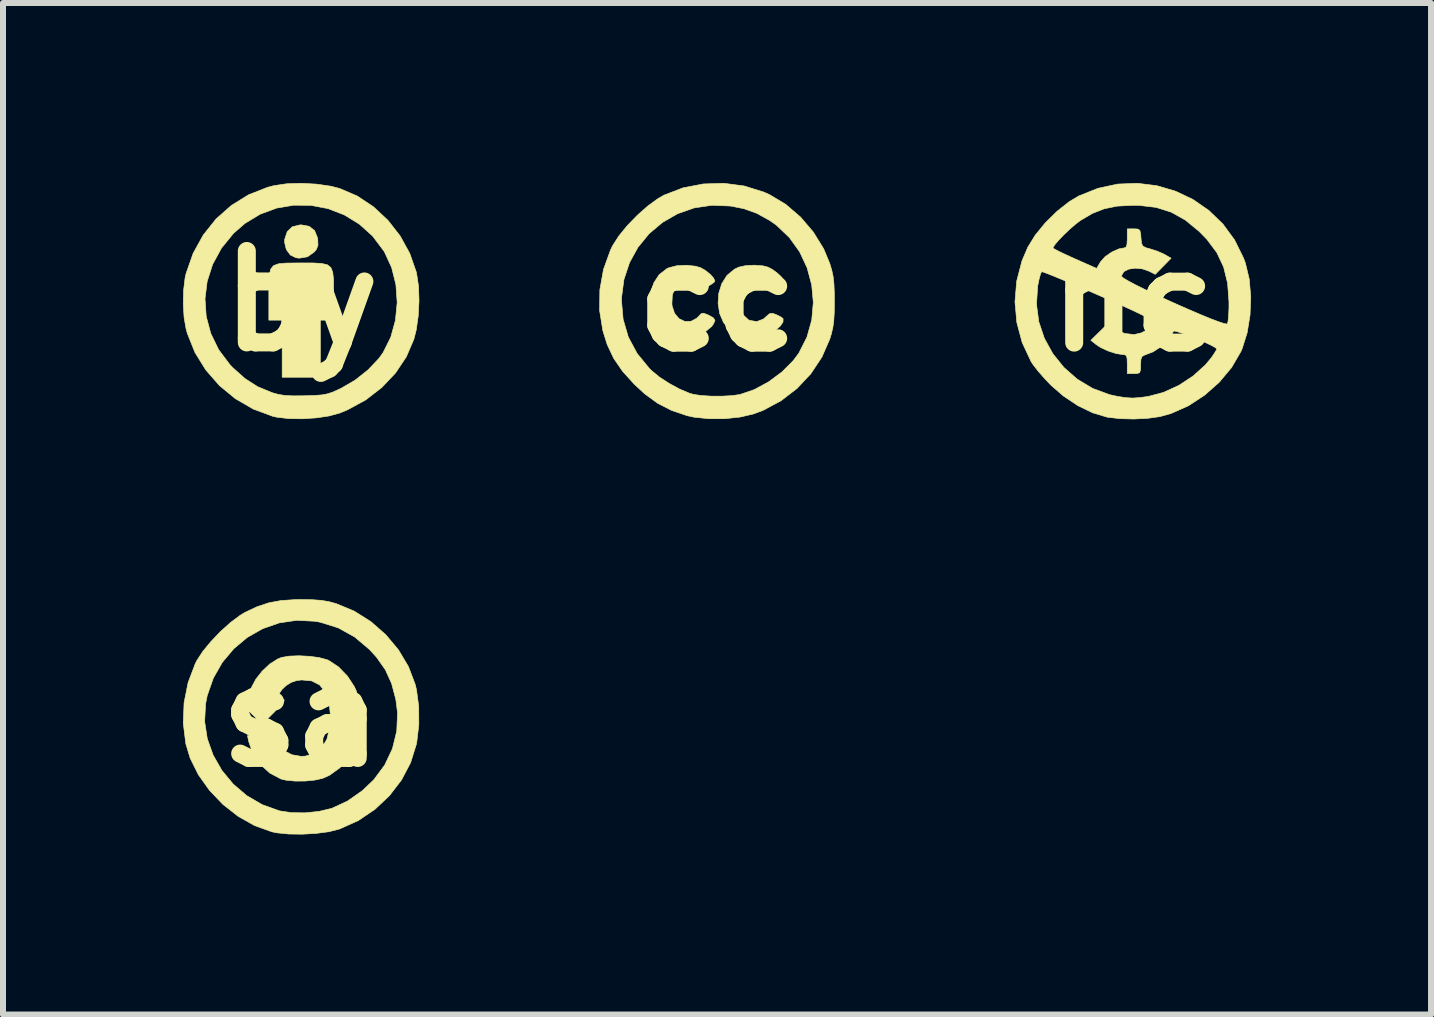
<source format=kicad_pcb>
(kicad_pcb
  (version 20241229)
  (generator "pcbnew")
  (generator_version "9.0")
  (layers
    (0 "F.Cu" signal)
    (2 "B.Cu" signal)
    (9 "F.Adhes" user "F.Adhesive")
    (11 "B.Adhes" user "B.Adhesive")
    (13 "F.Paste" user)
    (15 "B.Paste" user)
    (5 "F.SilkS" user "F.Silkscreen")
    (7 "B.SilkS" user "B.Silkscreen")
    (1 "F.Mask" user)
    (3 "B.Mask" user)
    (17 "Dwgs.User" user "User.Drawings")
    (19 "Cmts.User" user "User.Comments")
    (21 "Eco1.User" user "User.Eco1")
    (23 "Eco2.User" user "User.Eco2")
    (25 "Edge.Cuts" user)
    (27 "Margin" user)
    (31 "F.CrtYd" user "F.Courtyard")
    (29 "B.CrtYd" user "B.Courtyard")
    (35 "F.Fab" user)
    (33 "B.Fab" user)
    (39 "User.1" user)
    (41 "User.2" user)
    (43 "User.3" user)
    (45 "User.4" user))
  (footprint "by"
    (layer "F.Cu")
    (at 1.971 1.968)
    (property "Reference" "by" (at 0 0 0) (layer "F.SilkS") (effects (font (size 1.524 1.524) (thickness 0.3))))
    (attr through_hole)
    (fp_poly (pts (xy 0.132 -1.246) (xy 0.223 -1.174) (xy 0.271 -1.054) (xy 0.275 -1.029) (xy 0.279 -0.932) (xy 0.253 -0.862) (xy 0.218 -0.819) (xy 0.104 -0.738) (xy -0.033 -0.715) (xy -0.087 -0.722) (xy -0.182 -0.768) (xy -0.249 -0.859) (xy -0.277 -0.976) (xy -0.275 -1.032) (xy -0.233 -1.158) (xy -0.149 -1.238) (xy -0.023 -1.269) (xy 0 -1.27) (xy 0.132 -1.246)) (stroke (width 0.01) (type solid)) (fill yes) (layer "F.SilkS"))
    (fp_poly (pts (xy 0 -0.635) (xy 0.197 -0.635) (xy 0.338 -0.627) (xy 0.435 -0.605) (xy 0.494 -0.558) (xy 0.525 -0.479) (xy 0.538 -0.359) (xy 0.54 -0.188) (xy 0.54 -0.109) (xy 0.54 0.318) (xy 0.318 0.318) (xy 0.318 1.27) (xy -0.318 1.27) (xy -0.318 0.318) (xy -0.54 0.318) (xy -0.54 -0.109) (xy -0.539 -0.301) (xy -0.532 -0.439) (xy -0.509 -0.533) (xy -0.461 -0.591) (xy -0.38 -0.621) (xy -0.256 -0.633) (xy -0.081 -0.635) (xy 0 -0.635)) (stroke (width 0.01) (type solid)) (fill yes) (layer "F.SilkS"))
    (fp_poly (pts (xy 0.257 -1.949) (xy 0.496 -1.914) (xy 0.642 -1.876) (xy 0.933 -1.751) (xy 1.203 -1.572) (xy 1.444 -1.347) (xy 1.648 -1.086) (xy 1.808 -0.796) (xy 1.917 -0.485) (xy 1.923 -0.457) (xy 1.955 -0.248) (xy 1.963 -0.005) (xy 1.95 0.248) (xy 1.916 0.484) (xy 1.877 0.637) (xy 1.752 0.928) (xy 1.572 1.198) (xy 1.343 1.44) (xy 1.074 1.648) (xy 0.771 1.813) (xy 0.643 1.866) (xy 0.465 1.915) (xy 0.25 1.947) (xy 0.018 1.962) (xy -0.207 1.959) (xy -0.405 1.936) (xy -0.476 1.92) (xy -0.8 1.8) (xy -1.098 1.627) (xy -1.364 1.408) (xy -1.59 1.149) (xy -1.771 0.858) (xy -1.898 0.541) (xy -1.92 0.462) (xy -1.953 0.271) (xy -1.966 0.048) (xy -1.964 -0.037) (xy -1.604 -0.037) (xy -1.584 0.255) (xy -1.508 0.54) (xy -1.377 0.81) (xy -1.19 1.059) (xy -1.146 1.106) (xy -0.939 1.291) (xy -0.727 1.427) (xy -0.488 1.526) (xy -0.483 1.528) (xy -0.381 1.556) (xy -0.274 1.573) (xy -0.142 1.58) (xy 0.032 1.579) (xy 0.064 1.578) (xy 0.226 1.573) (xy 0.343 1.564) (xy 0.435 1.547) (xy 0.519 1.52) (xy 0.616 1.477) (xy 0.667 1.453) (xy 0.901 1.316) (xy 1.115 1.146) (xy 1.294 0.957) (xy 1.365 0.858) (xy 1.492 0.603) (xy 1.57 0.321) (xy 1.599 0.025) (xy 1.578 -0.273) (xy 1.507 -0.558) (xy 1.387 -0.819) (xy 1.376 -0.836) (xy 1.189 -1.084) (xy 0.966 -1.284) (xy 0.716 -1.437) (xy 0.446 -1.541) (xy 0.163 -1.595) (xy -0.124 -1.598) (xy -0.409 -1.55) (xy -0.683 -1.449) (xy -0.938 -1.295) (xy -1.128 -1.13) (xy -1.33 -0.882) (xy -1.477 -0.612) (xy -1.568 -0.328) (xy -1.604 -0.037) (xy -1.964 -0.037) (xy -1.961 -0.18) (xy -1.936 -0.386) (xy -1.919 -0.461) (xy -1.801 -0.797) (xy -1.633 -1.101) (xy -1.42 -1.368) (xy -1.166 -1.593) (xy -0.879 -1.771) (xy -0.561 -1.896) (xy -0.458 -1.923) (xy -0.245 -1.955) (xy 0.001 -1.963) (xy 0.257 -1.949)) (stroke (width 0.01) (type solid)) (fill yes) (layer "F.SilkS")))
  (footprint "cc"
    (layer "F.Cu")
    (at 8.904 1.972)
    (property "Reference" "cc" (at 0 0 0) (layer "F.SilkS") (effects (font (size 1.524 1.524) (thickness 0.3))))
    (attr through_hole)
    (fp_poly (pts (xy -0.361 -0.585) (xy -0.277 -0.56) (xy -0.195 -0.513) (xy -0.118 -0.451) (xy -0.061 -0.388) (xy -0.039 -0.339) (xy -0.042 -0.328) (xy -0.078 -0.297) (xy -0.148 -0.254) (xy -0.168 -0.243) (xy -0.277 -0.185) (xy -0.359 -0.267) (xy -0.457 -0.333) (xy -0.553 -0.342) (xy -0.639 -0.302) (xy -0.706 -0.221) (xy -0.748 -0.104) (xy -0.755 0.041) (xy -0.752 0.075) (xy -0.711 0.2) (xy -0.637 0.289) (xy -0.541 0.335) (xy -0.437 0.334) (xy -0.339 0.281) (xy -0.308 0.249) (xy -0.267 0.206) (xy -0.228 0.198) (xy -0.165 0.221) (xy -0.141 0.232) (xy -0.062 0.277) (xy -0.037 0.32) (xy -0.064 0.38) (xy -0.094 0.42) (xy -0.204 0.513) (xy -0.352 0.575) (xy -0.52 0.603) (xy -0.689 0.595) (xy -0.811 0.559) (xy -0.944 0.469) (xy -1.04 0.341) (xy -1.099 0.186) (xy -1.121 0.018) (xy -1.107 -0.152) (xy -1.055 -0.31) (xy -0.967 -0.444) (xy -0.842 -0.542) (xy -0.806 -0.559) (xy -0.673 -0.593) (xy -0.514 -0.601) (xy -0.361 -0.585)) (stroke (width 0.01) (type solid)) (fill yes) (layer "F.SilkS"))
    (fp_poly (pts (xy 0.762 -0.591) (xy 0.847 -0.569) (xy 0.921 -0.53) (xy 1.001 -0.471) (xy 1.069 -0.408) (xy 1.108 -0.356) (xy 1.111 -0.344) (xy 1.086 -0.316) (xy 1.021 -0.274) (xy 0.986 -0.255) (xy 0.86 -0.191) (xy 0.777 -0.273) (xy 0.706 -0.33) (xy 0.636 -0.342) (xy 0.594 -0.336) (xy 0.493 -0.302) (xy 0.431 -0.239) (xy 0.397 -0.134) (xy 0.388 -0.066) (xy 0.391 0.103) (xy 0.436 0.229) (xy 0.52 0.308) (xy 0.54 0.318) (xy 0.66 0.338) (xy 0.77 0.296) (xy 0.825 0.247) (xy 0.875 0.205) (xy 0.926 0.201) (xy 0.983 0.222) (xy 1.055 0.257) (xy 1.097 0.288) (xy 1.098 0.289) (xy 1.097 0.345) (xy 1.048 0.416) (xy 0.959 0.491) (xy 0.909 0.523) (xy 0.761 0.58) (xy 0.59 0.603) (xy 0.423 0.589) (xy 0.349 0.568) (xy 0.208 0.48) (xy 0.106 0.355) (xy 0.041 0.203) (xy 0.015 0.036) (xy 0.026 -0.133) (xy 0.076 -0.293) (xy 0.163 -0.431) (xy 0.288 -0.535) (xy 0.359 -0.569) (xy 0.476 -0.595) (xy 0.621 -0.602) (xy 0.762 -0.591)) (stroke (width 0.01) (type solid)) (fill yes) (layer "F.SilkS"))
    (fp_poly (pts (xy 0.451 -1.922) (xy 0.775 -1.821) (xy 0.87 -1.779) (xy 1.141 -1.617) (xy 1.389 -1.404) (xy 1.603 -1.153) (xy 1.774 -0.876) (xy 1.875 -0.633) (xy 1.91 -0.517) (xy 1.933 -0.409) (xy 1.946 -0.289) (xy 1.952 -0.139) (xy 1.953 0) (xy 1.951 0.185) (xy 1.943 0.325) (xy 1.927 0.44) (xy 1.901 0.549) (xy 1.876 0.63) (xy 1.745 0.93) (xy 1.561 1.207) (xy 1.331 1.452) (xy 1.063 1.658) (xy 0.766 1.817) (xy 0.603 1.878) (xy 0.378 1.93) (xy 0.121 1.957) (xy -0.143 1.957) (xy -0.388 1.931) (xy -0.502 1.906) (xy -0.762 1.818) (xy -0.992 1.7) (xy -1.21 1.541) (xy -1.382 1.382) (xy -1.578 1.165) (xy -1.725 0.951) (xy -1.833 0.722) (xy -1.906 0.489) (xy -1.96 0.153) (xy -1.958 -0.016) (xy -1.596 -0.016) (xy -1.568 0.301) (xy -1.481 0.597) (xy -1.334 0.871) (xy -1.13 1.12) (xy -1.093 1.156) (xy -0.962 1.264) (xy -0.798 1.37) (xy -0.625 1.464) (xy -0.463 1.532) (xy -0.393 1.552) (xy -0.263 1.571) (xy -0.096 1.581) (xy 0.084 1.581) (xy 0.251 1.572) (xy 0.381 1.553) (xy 0.618 1.472) (xy 0.856 1.343) (xy 1.078 1.179) (xy 1.265 0.992) (xy 1.36 0.865) (xy 1.496 0.597) (xy 1.576 0.312) (xy 1.602 0.019) (xy 1.575 -0.274) (xy 1.499 -0.558) (xy 1.374 -0.825) (xy 1.202 -1.064) (xy 0.987 -1.269) (xy 0.873 -1.349) (xy 0.659 -1.467) (xy 0.444 -1.544) (xy 0.221 -1.588) (xy -0.087 -1.601) (xy -0.383 -1.557) (xy -0.66 -1.46) (xy -0.912 -1.315) (xy -1.134 -1.128) (xy -1.319 -0.903) (xy -1.461 -0.646) (xy -1.555 -0.362) (xy -1.595 -0.057) (xy -1.596 -0.016) (xy -1.958 -0.016) (xy -1.956 -0.191) (xy -1.895 -0.531) (xy -1.779 -0.853) (xy -1.741 -0.931) (xy -1.639 -1.089) (xy -1.498 -1.262) (xy -1.332 -1.433) (xy -1.157 -1.588) (xy -0.987 -1.712) (xy -0.887 -1.769) (xy -0.57 -1.891) (xy -0.233 -1.956) (xy 0.111 -1.967) (xy 0.451 -1.922)) (stroke (width 0.01) (type solid)) (fill yes) (layer "F.SilkS")))
  (footprint "sa"
    (layer "F.Cu")
    (at 1.969 8.894)
    (property "Reference" "sa" (at 0 0 0) (layer "F.SilkS") (effects (font (size 1.524 1.524) (thickness 0.3))))
    (attr through_hole)
    (fp_poly (pts (xy 0.14 -1.005) (xy 0.303 -0.983) (xy 0.433 -0.948) (xy 0.46 -0.936) (xy 0.624 -0.828) (xy 0.772 -0.675) (xy 0.888 -0.498) (xy 0.923 -0.42) (xy 0.983 -0.188) (xy 0.998 0.061) (xy 0.969 0.305) (xy 0.905 0.502) (xy 0.793 0.691) (xy 0.644 0.855) (xy 0.473 0.978) (xy 0.359 1.029) (xy 0.23 1.058) (xy 0.07 1.074) (xy -0.098 1.075) (xy -0.246 1.061) (xy -0.333 1.041) (xy -0.523 0.941) (xy -0.684 0.793) (xy -0.805 0.611) (xy -0.872 0.421) (xy -0.894 0.318) (xy -0.638 0.318) (xy -0.506 0.32) (xy -0.426 0.328) (xy -0.388 0.345) (xy -0.381 0.364) (xy -0.352 0.48) (xy -0.273 0.574) (xy -0.153 0.636) (xy -0.004 0.662) (xy 0.069 0.659) (xy 0.224 0.616) (xy 0.345 0.521) (xy 0.43 0.375) (xy 0.478 0.182) (xy 0.489 -0.017) (xy 0.466 -0.236) (xy 0.406 -0.407) (xy 0.309 -0.527) (xy 0.176 -0.595) (xy 0.009 -0.611) (xy -0.078 -0.6) (xy -0.169 -0.569) (xy -0.252 -0.516) (xy -0.319 -0.452) (xy -0.364 -0.386) (xy -0.378 -0.33) (xy -0.353 -0.294) (xy -0.31 -0.286) (xy -0.283 -0.279) (xy -0.286 -0.255) (xy -0.324 -0.205) (xy -0.402 -0.123) (xy -0.444 -0.079) (xy -0.649 0.127) (xy -0.833 -0.055) (xy -0.918 -0.142) (xy -0.982 -0.213) (xy -1.014 -0.256) (xy -1.016 -0.261) (xy -0.989 -0.28) (xy -0.937 -0.286) (xy -0.875 -0.3) (xy -0.857 -0.352) (xy -0.857 -0.357) (xy -0.829 -0.484) (xy -0.755 -0.623) (xy -0.649 -0.758) (xy -0.523 -0.876) (xy -0.389 -0.961) (xy -0.326 -0.986) (xy -0.197 -1.008) (xy -0.035 -1.014) (xy 0.14 -1.005)) (stroke (width 0.01) (type solid)) (fill yes) (layer "F.SilkS"))
    (fp_poly (pts (xy 0.191 -1.948) (xy 0.339 -1.937) (xy 0.467 -1.915) (xy 0.587 -1.882) (xy 0.887 -1.757) (xy 1.164 -1.582) (xy 1.412 -1.364) (xy 1.622 -1.113) (xy 1.788 -0.835) (xy 1.9 -0.541) (xy 1.923 -0.448) (xy 1.96 -0.168) (xy 1.962 0.133) (xy 1.928 0.424) (xy 1.921 0.46) (xy 1.825 0.767) (xy 1.674 1.055) (xy 1.473 1.317) (xy 1.231 1.545) (xy 0.953 1.733) (xy 0.646 1.871) (xy 0.635 1.875) (xy 0.462 1.919) (xy 0.249 1.947) (xy 0.019 1.96) (xy -0.207 1.957) (xy -0.407 1.937) (xy -0.488 1.92) (xy -0.775 1.817) (xy -1.05 1.662) (xy -1.304 1.463) (xy -1.528 1.228) (xy -1.713 0.968) (xy -1.85 0.691) (xy -1.922 0.453) (xy -1.964 0.113) (xy -1.963 0.083) (xy -1.608 0.083) (xy -1.564 0.369) (xy -1.466 0.643) (xy -1.321 0.897) (xy -1.132 1.125) (xy -0.906 1.318) (xy -0.646 1.469) (xy -0.361 1.571) (xy -0.161 1.601) (xy 0.068 1.604) (xy 0.299 1.58) (xy 0.504 1.531) (xy 0.516 1.527) (xy 0.773 1.408) (xy 1.02 1.235) (xy 1.211 1.053) (xy 1.393 0.808) (xy 1.522 0.535) (xy 1.594 0.242) (xy 1.607 -0.064) (xy 1.579 -0.285) (xy 1.508 -0.552) (xy 1.404 -0.781) (xy 1.255 -0.992) (xy 1.14 -1.118) (xy 0.894 -1.326) (xy 0.619 -1.479) (xy 0.319 -1.573) (xy 0.23 -1.589) (xy -0.072 -1.605) (xy -0.364 -1.562) (xy -0.642 -1.465) (xy -0.897 -1.32) (xy -1.123 -1.131) (xy -1.314 -0.903) (xy -1.463 -0.642) (xy -1.565 -0.351) (xy -1.593 -0.208) (xy -1.608 0.083) (xy -1.963 0.083) (xy -1.951 -0.231) (xy -1.884 -0.566) (xy -1.766 -0.878) (xy -1.74 -0.931) (xy -1.642 -1.082) (xy -1.505 -1.249) (xy -1.345 -1.417) (xy -1.177 -1.568) (xy -1.016 -1.688) (xy -0.937 -1.736) (xy -0.733 -1.832) (xy -0.54 -1.896) (xy -0.337 -1.934) (xy -0.101 -1.95) (xy 0 -1.951) (xy 0.191 -1.948)) (stroke (width 0.01) (type solid)) (fill yes) (layer "F.SilkS")))
  (footprint "nc"
    (layer "F.Cu")
    (at 15.834 1.971)
    (property "Reference" "nc" (at 0 0 0) (layer "F.SilkS") (effects (font (size 1.524 1.524) (thickness 0.3))))
    (attr through_hole)
    (fp_poly (pts (xy 0.397 -1.926) (xy 0.708 -1.835) (xy 0.999 -1.697) (xy 1.265 -1.513) (xy 1.499 -1.287) (xy 1.694 -1.021) (xy 1.844 -0.717) (xy 1.874 -0.635) (xy 1.938 -0.368) (xy 1.963 -0.073) (xy 1.951 0.232) (xy 1.903 0.526) (xy 1.82 0.789) (xy 1.8 0.836) (xy 1.644 1.104) (xy 1.438 1.35) (xy 1.194 1.566) (xy 0.923 1.743) (xy 0.635 1.871) (xy 0.448 1.923) (xy 0.248 1.951) (xy 0.016 1.963) (xy -0.217 1.957) (xy -0.422 1.933) (xy -0.429 1.932) (xy -0.671 1.86) (xy -0.921 1.739) (xy -1.164 1.576) (xy -1.364 1.402) (xy -1.477 1.284) (xy -1.583 1.162) (xy -1.666 1.055) (xy -1.699 1.004) (xy -1.847 0.687) (xy -1.936 0.353) (xy -1.963 0.051) (xy -1.608 0.051) (xy -1.57 0.341) (xy -1.477 0.618) (xy -1.336 0.874) (xy -1.152 1.103) (xy -0.93 1.298) (xy -0.675 1.452) (xy -0.391 1.557) (xy -0.254 1.587) (xy -0.118 1.607) (xy -0.006 1.614) (xy 0.112 1.606) (xy 0.254 1.587) (xy 0.509 1.519) (xy 0.765 1.402) (xy 1.004 1.245) (xy 1.209 1.059) (xy 1.307 0.941) (xy 1.359 0.864) (xy 1.392 0.809) (xy 1.397 0.795) (xy 1.37 0.77) (xy 1.298 0.731) (xy 1.195 0.683) (xy 1.074 0.631) (xy 0.949 0.58) (xy 0.833 0.538) (xy 0.741 0.508) (xy 0.685 0.496) (xy 0.675 0.5) (xy 0.603 0.628) (xy 0.484 0.747) (xy 0.335 0.843) (xy 0.192 0.898) (xy 0.151 0.92) (xy 0.132 0.97) (xy 0.127 1.061) (xy 0.125 1.15) (xy 0.109 1.192) (xy 0.068 1.205) (xy 0.016 1.206) (xy -0.095 1.206) (xy -0.095 1.048) (xy -0.098 0.953) (xy -0.111 0.906) (xy -0.143 0.89) (xy -0.169 0.889) (xy -0.28 0.872) (xy -0.413 0.829) (xy -0.54 0.77) (xy -0.613 0.722) (xy -0.702 0.651) (xy -0.562 0.514) (xy -0.422 0.377) (xy -0.307 0.455) (xy -0.143 0.536) (xy 0.017 0.556) (xy 0.141 0.527) (xy 0.218 0.485) (xy 0.25 0.434) (xy 0.254 0.387) (xy 0.241 0.309) (xy 0.214 0.262) (xy 0.17 0.237) (xy 0.078 0.192) (xy -0.052 0.131) (xy -0.212 0.059) (xy -0.392 -0.021) (xy -0.585 -0.106) (xy -0.78 -0.191) (xy -0.97 -0.272) (xy -1.145 -0.346) (xy -1.297 -0.409) (xy -1.416 -0.457) (xy -1.495 -0.486) (xy -1.523 -0.493) (xy -1.541 -0.455) (xy -1.564 -0.372) (xy -1.587 -0.26) (xy -1.589 -0.246) (xy -1.608 0.051) (xy -1.963 0.051) (xy -1.967 0.01) (xy -1.938 -0.335) (xy -1.85 -0.673) (xy -1.758 -0.888) (xy -1.334 -0.888) (xy -1.306 -0.869) (xy -1.232 -0.83) (xy -1.121 -0.777) (xy -0.985 -0.715) (xy -0.969 -0.708) (xy -0.605 -0.547) (xy -0.541 -0.656) (xy -0.465 -0.742) (xy -0.354 -0.819) (xy -0.234 -0.873) (xy -0.151 -0.888) (xy -0.117 -0.9) (xy -0.1 -0.945) (xy -0.095 -1.036) (xy -0.095 -1.048) (xy -0.095 -1.206) (xy 0.014 -1.207) (xy 0.081 -1.203) (xy 0.114 -1.182) (xy 0.128 -1.126) (xy 0.133 -1.058) (xy 0.142 -0.967) (xy 0.164 -0.919) (xy 0.218 -0.891) (xy 0.289 -0.872) (xy 0.403 -0.835) (xy 0.51 -0.789) (xy 0.535 -0.775) (xy 0.635 -0.717) (xy 0.503 -0.582) (xy 0.371 -0.448) (xy 0.273 -0.499) (xy 0.156 -0.54) (xy 0.036 -0.551) (xy -0.071 -0.535) (xy -0.152 -0.494) (xy -0.189 -0.43) (xy -0.191 -0.416) (xy -0.163 -0.389) (xy -0.085 -0.342) (xy 0.034 -0.278) (xy 0.185 -0.203) (xy 0.36 -0.119) (xy 0.55 -0.031) (xy 0.747 0.058) (xy 0.941 0.143) (xy 1.123 0.221) (xy 1.286 0.288) (xy 1.42 0.339) (xy 1.517 0.371) (xy 1.567 0.38) (xy 1.572 0.378) (xy 1.585 0.334) (xy 1.594 0.242) (xy 1.6 0.114) (xy 1.6 0.006) (xy 1.577 -0.301) (xy 1.511 -0.57) (xy 1.398 -0.81) (xy 1.231 -1.033) (xy 1.102 -1.165) (xy 0.873 -1.353) (xy 0.639 -1.484) (xy 0.386 -1.564) (xy 0.102 -1.598) (xy -0.016 -1.599) (xy -0.267 -1.585) (xy -0.48 -1.541) (xy -0.678 -1.463) (xy -0.874 -1.348) (xy -0.958 -1.284) (xy -1.056 -1.199) (xy -1.154 -1.106) (xy -1.241 -1.016) (xy -1.304 -0.941) (xy -1.333 -0.892) (xy -1.334 -0.888) (xy -1.758 -0.888) (xy -1.755 -0.897) (xy -1.63 -1.1) (xy -1.462 -1.306) (xy -1.267 -1.498) (xy -1.062 -1.66) (xy -0.903 -1.755) (xy -0.582 -1.883) (xy -0.254 -1.953) (xy 0.074 -1.966) (xy 0.397 -1.926)) (stroke (width 0.01) (type solid)) (fill yes) (layer "F.SilkS")))
  (gr_rect
    (start -3 -3)
    (end 20.802 13.86)
    (stroke (width 0.1) (type default))
    (fill no)
    (layer "Edge.Cuts")))
</source>
